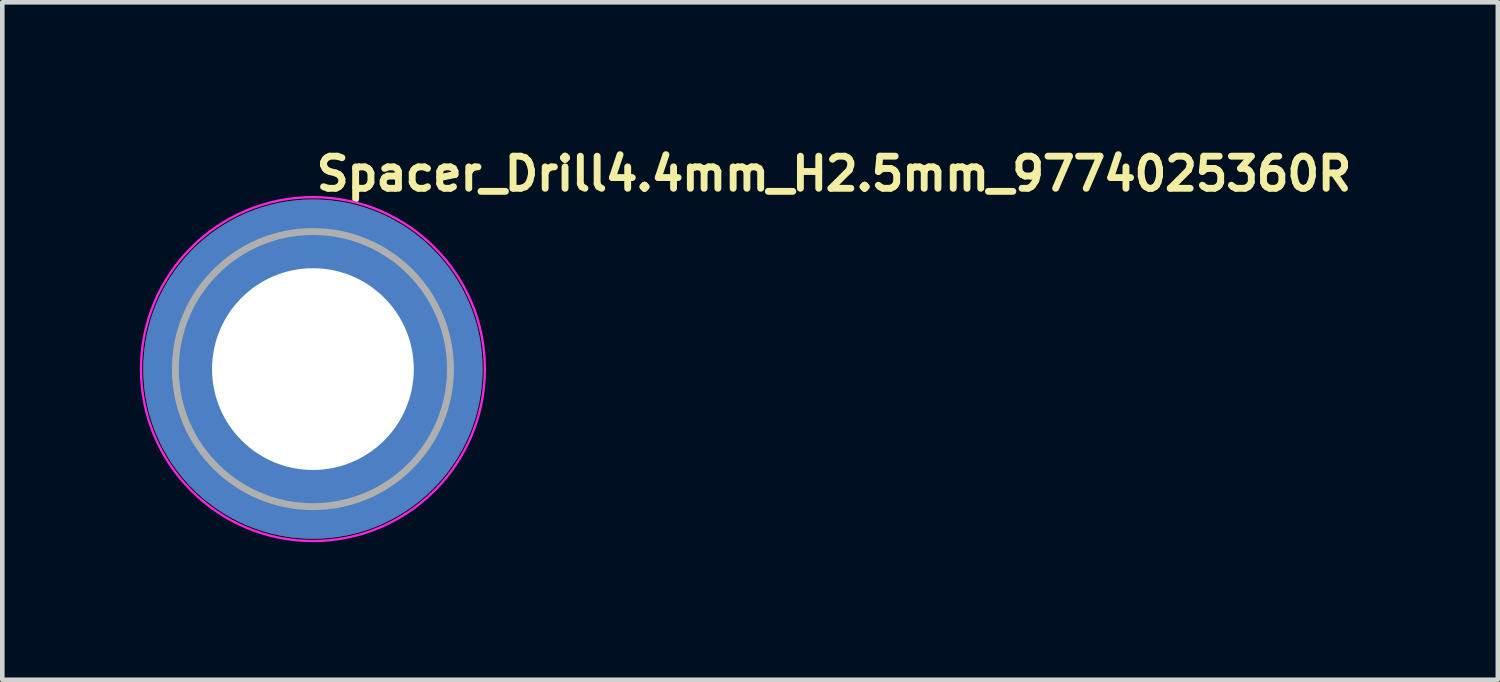
<source format=kicad_pcb>
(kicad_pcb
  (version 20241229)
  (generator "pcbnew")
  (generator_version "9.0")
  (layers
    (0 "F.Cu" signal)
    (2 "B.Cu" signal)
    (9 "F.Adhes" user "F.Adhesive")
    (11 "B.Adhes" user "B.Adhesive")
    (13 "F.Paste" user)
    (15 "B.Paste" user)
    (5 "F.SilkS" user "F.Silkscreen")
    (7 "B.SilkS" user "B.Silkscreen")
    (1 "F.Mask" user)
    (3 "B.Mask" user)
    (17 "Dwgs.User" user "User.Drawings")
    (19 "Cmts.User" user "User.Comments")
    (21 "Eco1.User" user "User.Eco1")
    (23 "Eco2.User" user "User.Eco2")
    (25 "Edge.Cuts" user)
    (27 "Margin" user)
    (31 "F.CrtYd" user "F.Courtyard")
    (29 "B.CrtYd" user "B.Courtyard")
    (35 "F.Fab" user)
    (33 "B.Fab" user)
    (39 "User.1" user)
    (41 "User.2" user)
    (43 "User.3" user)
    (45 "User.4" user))
  (footprint "Spacer_Drill4.4mm_H2.5mm_9774025360R"
    (layer "F.Cu")
    (at 3.775 5)
    (property "Reference" "Spacer_Drill4.4mm_H2.5mm_9774025360R" (at 0 -3.85 0) (layer "F.SilkS") (effects (font (size 0.7 0.7) (thickness 0.15)) (justify left bottom)))
    (attr smd)
    (fp_circle (center 0 0) (end 3.75 0) (stroke (width 0.05) (type solid)) (fill no) (layer "F.CrtYd"))
    (fp_circle (center 0 0) (end 3 0) (stroke (width 0.15) (type solid)) (fill no) (layer "F.Fab"))
    (fp_circle (center 0 0) (end 1.2 0) (stroke (width 0.02) (type default)) (fill no) (layer "User.9"))
    (fp_circle (center 0 0) (end 3 0) (stroke (width 0.02) (type default)) (fill no) (layer "User.9"))
    (pad "" smd custom (at -2.1 -2.1) (size 0.7 0.7) (layers "F.Paste") (options (anchor circle)) (primitives (gr_arc (start -0.377294 1.707681) (mid 0.317578 0.318818) (end 1.705945 -0.377044) (width 0.2)) (gr_arc (start -0.478281 1.707681) (mid 0.244583 0.250396) (end 1.699539 -0.477144) (width 0.2)) (gr_arc (start -0.579192 1.707681) (mid 0.173852 0.179706) (end 1.699475 -0.57809) (width 0.2)) (gr_arc (start -0.680037 1.707681) (mid 0.102165 0.109975) (end 1.696729 -0.678615) (width 0.2)) (gr_arc (start -0.780822 1.707681) (mid 0.031098 0.039621) (end 1.695722 -0.779322) (width 0.2)) (gr_arc (start -0.881554 1.707681) (mid -0.041167 -0.029528) (end 1.691343 -0.879562) (width 0.2)) (gr_arc (start -0.982237 1.707681) (mid -0.109168 -0.10296) (end 1.69896 -0.98122) (width 0.2)) (gr_arc (start -1.082877 1.707681) (mid -0.184209 -0.16932) (end 1.686763 -1.080475) (width 0.2)) (gr_arc (start -1.183476 1.707681) (mid -0.252982 -0.241979) (end 1.692214 -1.181768) (width 0.2)) (gr_arc (start -1.28404 1.707681) (mid -0.319065 -0.317332) (end 1.705244 -1.283783) (width 0.2)) (gr_line (start 1.708 -0.377) (end 1.708 -1.284) (width 0.2)) (gr_line (start -0.377 1.708) (end -1.284 1.708) (width 0.2))))
    (pad "" smd custom (at -2.1 2.1) (size 0.7 0.7) (layers "F.Paste") (options (anchor circle)) (primitives (gr_arc (start 1.707681 0.377294) (mid 0.318818 -0.317578) (end -0.377044 -1.705945) (width 0.2)) (gr_arc (start 1.707681 0.478281) (mid 0.250396 -0.244583) (end -0.477144 -1.699539) (width 0.2)) (gr_arc (start 1.707681 0.579192) (mid 0.179706 -0.173852) (end -0.57809 -1.699475) (width 0.2)) (gr_arc (start 1.707681 0.680037) (mid 0.109975 -0.102165) (end -0.678615 -1.696729) (width 0.2)) (gr_arc (start 1.707681 0.780822) (mid 0.039621 -0.031098) (end -0.779322 -1.695722) (width 0.2)) (gr_arc (start 1.707681 0.881554) (mid -0.029528 0.041167) (end -0.879562 -1.691343) (width 0.2)) (gr_arc (start 1.707681 0.982237) (mid -0.10485 0.107282) (end -0.981842 -1.704264) (width 0.2)) (gr_arc (start 1.707681 1.082877) (mid -0.169319 0.18421) (end -1.080475 -1.686759) (width 0.2)) (gr_arc (start 1.707681 1.183476) (mid -0.241979 0.252982) (end -1.181768 -1.692214) (width 0.2)) (gr_arc (start 1.707681 1.28404) (mid -0.315258 0.321134) (end -1.283164 -1.699417) (width 0.2)) (gr_line (start -0.377 -1.708) (end -1.284 -1.708) (width 0.2)) (gr_line (start 1.708 0.377) (end 1.708 1.284) (width 0.2))))
    (pad "" smd custom (at 2.1 -2.1) (size 0.7 0.7) (layers "F.Paste") (options (anchor circle)) (primitives (gr_arc (start -1.707681 -0.377294) (mid -0.318817 0.317579) (end 0.377044 1.705947) (width 0.2)) (gr_arc (start -1.707681 -0.478281) (mid -0.248815 0.24616) (end 0.477764 1.703961) (width 0.2)) (gr_arc (start -1.707681 -0.579192) (mid -0.182997 0.170578) (end 0.576824 1.690278) (width 0.2)) (gr_arc (start -1.707681 -0.680037) (mid -0.113388 0.098771) (end 0.67734 1.687185) (width 0.2)) (gr_arc (start -1.707681 -0.780822) (mid -0.039621 0.031098) (end 0.779322 1.695722) (width 0.2)) (gr_arc (start -1.707681 -0.881554) (mid 0.031359 -0.039345) (end 0.880198 1.696469) (width 0.2)) (gr_arc (start -1.707681 -0.982237) (mid 0.101068 -0.111053) (end 0.98059 1.693657) (width 0.2)) (gr_arc (start -1.707681 -1.082877) (mid 0.16932 -0.184209) (end 1.080475 1.686763) (width 0.2)) (gr_arc (start -1.707681 -1.183476) (mid 0.243995 -0.250974) (end 1.182402 1.69787) (width 0.2)) (gr_arc (start -1.707681 -1.28404) (mid 0.315257 -0.321134) (end 1.283162 1.699417) (width 0.2)) (gr_line (start 0.377 1.708) (end 1.284 1.708) (width 0.2)) (gr_line (start -1.708 -0.377) (end -1.708 -1.284) (width 0.2))))
    (pad "" smd custom (at 2.1 2.1) (size 0.7 0.7) (layers "F.Paste") (options (anchor circle)) (primitives (gr_arc (start 0.377294 -1.707681) (mid -0.317579 -0.318817) (end -1.705947 0.377044) (width 0.2)) (gr_arc (start 0.478281 -1.707681) (mid -0.24616 -0.248815) (end -1.703961 0.477764) (width 0.2)) (gr_arc (start 0.579192 -1.707681) (mid -0.170578 -0.182997) (end -1.690278 0.576824) (width 0.2)) (gr_arc (start 0.680037 -1.707681) (mid -0.098771 -0.113388) (end -1.687185 0.67734) (width 0.2)) (gr_arc (start 0.780822 -1.707681) (mid -0.031098 -0.039621) (end -1.695722 0.779322) (width 0.2)) (gr_arc (start 0.881554 -1.707681) (mid 0.039345 0.031359) (end -1.696469 0.880198) (width 0.2)) (gr_arc (start 0.982237 -1.707681) (mid 0.111053 0.101068) (end -1.693657 0.98059) (width 0.2)) (gr_arc (start 1.082877 -1.707681) (mid 0.184209 0.16932) (end -1.686763 1.080475) (width 0.2)) (gr_arc (start 1.183476 -1.707681) (mid 0.250974 0.243995) (end -1.69787 1.182402) (width 0.2)) (gr_arc (start 1.28404 -1.707681) (mid 0.321134 0.315257) (end -1.699417 1.283162) (width 0.2)) (gr_line (start -1.708 0.377) (end -1.708 1.284) (width 0.2)) (gr_line (start 0.377 -1.708) (end 1.284 -1.708) (width 0.2))))
    (pad "1" thru_hole circle (at 0 0) (size 7.4 7.4) (drill 4.4) (layers "*.Cu" "*.Mask")))
  (gr_rect
    (start -3 -3)
    (end 29.618 11.775)
    (stroke (width 0.1) (type default))
    (fill no)
    (layer "Edge.Cuts")))
</source>
